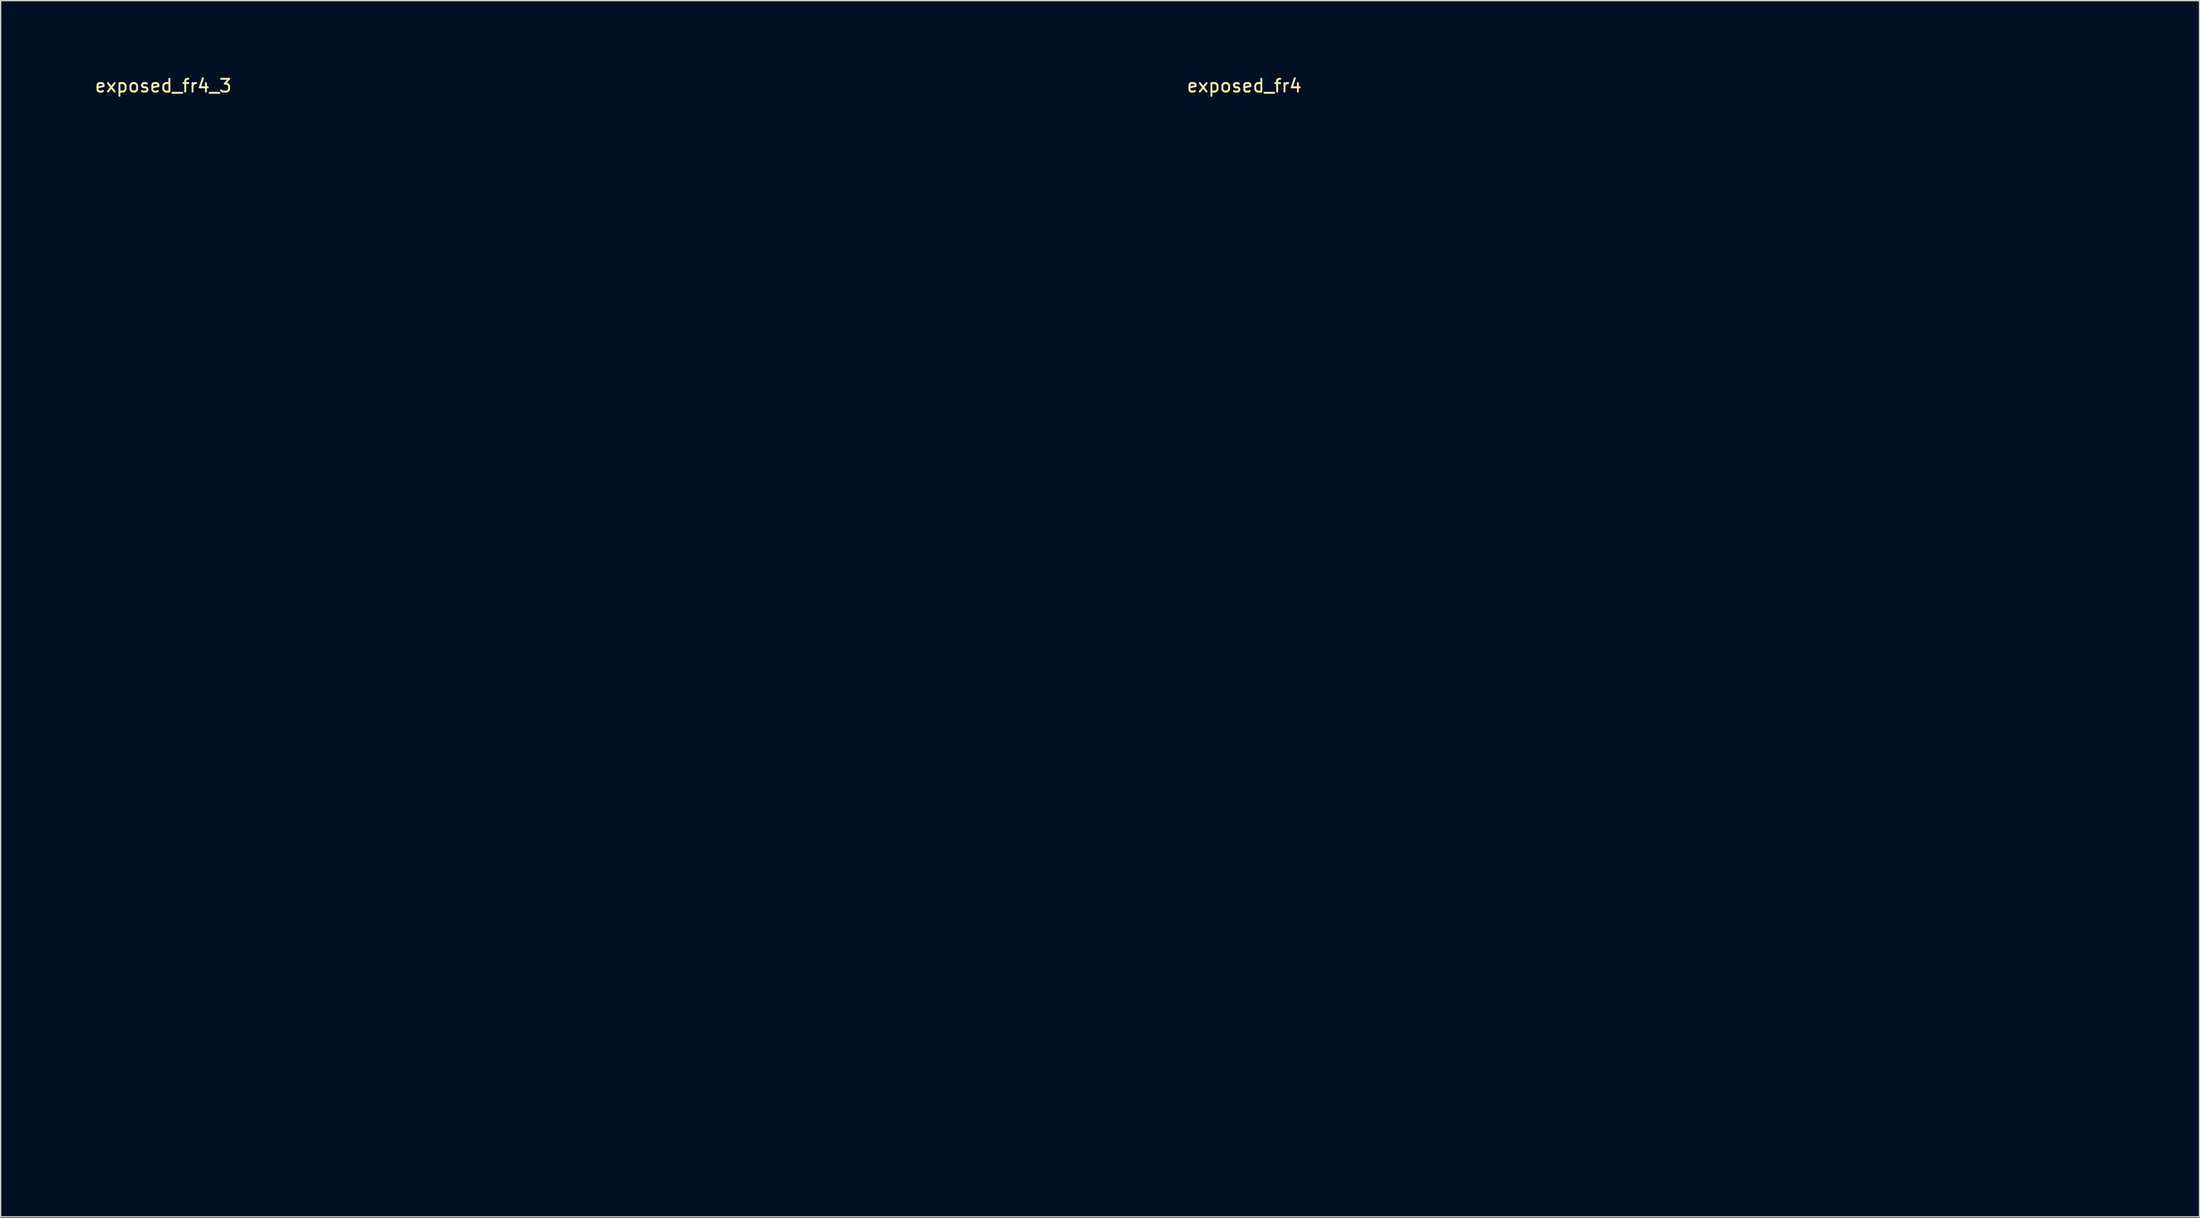
<source format=kicad_pcb>
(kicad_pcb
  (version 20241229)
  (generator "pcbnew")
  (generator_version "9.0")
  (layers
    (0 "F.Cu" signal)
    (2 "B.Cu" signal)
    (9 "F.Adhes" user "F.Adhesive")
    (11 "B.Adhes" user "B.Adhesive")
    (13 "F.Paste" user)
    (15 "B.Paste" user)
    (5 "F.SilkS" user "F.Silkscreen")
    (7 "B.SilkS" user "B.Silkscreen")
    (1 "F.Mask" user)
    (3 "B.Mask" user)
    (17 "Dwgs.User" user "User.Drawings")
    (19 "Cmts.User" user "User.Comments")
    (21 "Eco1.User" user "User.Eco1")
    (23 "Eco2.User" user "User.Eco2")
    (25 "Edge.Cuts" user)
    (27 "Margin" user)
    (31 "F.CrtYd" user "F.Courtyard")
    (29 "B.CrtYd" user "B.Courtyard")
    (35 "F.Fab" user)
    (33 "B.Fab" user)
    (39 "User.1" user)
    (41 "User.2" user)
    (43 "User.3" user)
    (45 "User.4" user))
  (footprint "exposed_fr4"
    (layer "F.Cu")
    (at 84.78 0.25)
    (property "Reference" "exposed_fr4" (at 9.47 3.41 0) (unlocked yes) (layer "F.SilkS") (effects (font (size 1 1) (thickness 0.15))))
    (attr smd)
    (fp_line (start 0 0) (end 81.05 0) (stroke (width 0.23) (type solid)) (layer "F.Mask"))
    (fp_line (start 0 88.67) (end 0 0) (stroke (width 0.23) (type solid)) (layer "F.Mask"))
    (fp_line (start 0 88.67) (end 0 88.67) (stroke (width 0.23) (type solid)) (layer "F.Mask"))
    (fp_line (start 81.05 0) (end 81.05 0) (stroke (width 0.23) (type solid)) (layer "F.Mask"))
    (fp_line (start 81.05 0) (end 81.05 88.67) (stroke (width 0.23) (type solid)) (layer "F.Mask"))
    (fp_line (start 81.05 88.67) (end 0 88.67) (stroke (width 0.23) (type solid)) (layer "F.Mask"))
    (fp_line (start 81.05 88.67) (end 81.05 88.67) (stroke (width 0.23) (type solid)) (layer "F.Mask"))
    (fp_poly (pts (xy 46.436 28.86) (xy 47.762 29.498) (xy 49.049 30.398) (xy 50.231 31.513) (xy 51.239 32.793) (xy 52.007 34.188) (xy 52.468 35.651) (xy 52.527 36.016) (xy 52.455 37.353) (xy 51.918 38.566) (xy 50.962 39.573) (xy 50.207 40.046) (xy 48.849 40.522) (xy 47.243 40.755) (xy 45.604 40.731) (xy 44.194 40.452) (xy 42.757 39.733) (xy 41.61 38.643) (xy 40.807 37.265) (xy 40.422 35.77) (xy 41.096 35.77) (xy 41.3 36.766) (xy 41.852 37.505) (xy 42.635 37.943) (xy 43.531 38.037) (xy 44.422 37.743) (xy 45.042 37.214) (xy 45.604 36.248) (xy 45.655 35.306) (xy 45.194 34.399) (xy 44.956 34.135) (xy 44.067 33.541) (xy 43.136 33.392) (xy 42.27 33.643) (xy 41.577 34.248) (xy 41.164 35.161) (xy 41.096 35.77) (xy 40.422 35.77) (xy 40.4 35.683) (xy 40.385 34.43) (xy 40.611 33.237) (xy 41.044 31.949) (xy 41.615 30.717) (xy 42.253 29.69) (xy 42.89 29.019) (xy 42.9 29.012) (xy 43.938 28.568) (xy 45.139 28.533)) (stroke (width 0) (type solid)) (fill yes) (layer "F.Mask"))
    (fp_poly (pts (xy 33.788 27.173) (xy 34.413 27.434) (xy 34.9 27.84) (xy 35.677 28.858) (xy 36.317 30.211) (xy 36.775 31.736) (xy 37.009 33.271) (xy 36.976 34.652) (xy 36.857 35.197) (xy 36.318 36.267) (xy 35.447 37.267) (xy 34.411 38.006) (xy 34.405 38.009) (xy 33.516 38.329) (xy 32.373 38.564) (xy 31.195 38.686) (xy 30.2 38.664) (xy 29.927 38.615) (xy 28.186 38.006) (xy 26.849 37.158) (xy 25.941 36.096) (xy 25.549 35.013) (xy 31.416 35.013) (xy 31.641 35.87) (xy 32.29 36.704) (xy 33.184 37.13) (xy 34.218 37.116) (xy 34.907 36.861) (xy 35.683 36.209) (xy 36.066 35.339) (xy 36.043 34.377) (xy 35.601 33.451) (xy 35.286 33.101) (xy 34.452 32.605) (xy 33.568 32.529) (xy 32.728 32.804) (xy 32.027 33.357) (xy 31.558 34.117) (xy 31.416 35.013) (xy 25.549 35.013) (xy 25.487 34.842) (xy 25.437 34.218) (xy 25.675 32.86) (xy 26.329 31.481) (xy 27.315 30.164) (xy 28.547 28.987) (xy 29.94 28.034) (xy 31.407 27.385) (xy 32.863 27.121) (xy 32.925 27.119)) (stroke (width 0) (type solid)) (fill yes) (layer "F.Mask")))
  (footprint "exposed_fr4_3"
    (layer "F.Cu")
    (at 0.25 0.25)
    (property "Reference" "exposed_fr4_3" (at 9.47 3.41 0) (unlocked yes) (layer "F.SilkS") (effects (font (size 1 1) (thickness 0.15))))
    (attr smd)
    (fp_line (start 0.115 0.115) (end 81.165 0.115) (stroke (width 0.23) (type solid)) (layer "F.Mask"))
    (fp_line (start 0.115 88.785) (end 0.115 0.115) (stroke (width 0.23) (type solid)) (layer "F.Mask"))
    (fp_line (start 0.115 88.785) (end 0.115 88.785) (stroke (width 0.23) (type solid)) (layer "F.Mask"))
    (fp_line (start 81.165 0.115) (end 81.165 0.115) (stroke (width 0.23) (type solid)) (layer "F.Mask"))
    (fp_line (start 81.165 0.115) (end 81.165 88.785) (stroke (width 0.23) (type solid)) (layer "F.Mask"))
    (fp_line (start 81.165 88.785) (end 0.115 88.785) (stroke (width 0.23) (type solid)) (layer "F.Mask"))
    (fp_line (start 81.165 88.785) (end 81.165 88.785) (stroke (width 0.23) (type solid)) (layer "F.Mask"))
    (fp_poly (pts (xy 33.015 27.788) (xy 32.936 27.79) (xy 32.858 27.794) (xy 32.78 27.799) (xy 32.702 27.806) (xy 32.625 27.814) (xy 32.547 27.823) (xy 32.47 27.834) (xy 32.394 27.846) (xy 31.913 27.96) (xy 31.442 28.104) (xy 30.981 28.278) (xy 30.531 28.478) (xy 30.094 28.705) (xy 29.669 28.957) (xy 29.259 29.232) (xy 28.863 29.528) (xy 28.482 29.846) (xy 28.118 30.182) (xy 27.771 30.536) (xy 27.442 30.907) (xy 27.132 31.293) (xy 26.842 31.692) (xy 26.572 32.104) (xy 26.324 32.526) (xy 26.17 32.815) (xy 26.035 33.116) (xy 25.92 33.427) (xy 25.825 33.746) (xy 25.752 34.071) (xy 25.701 34.399) (xy 25.674 34.729) (xy 25.671 35.059) (xy 25.694 35.387) (xy 25.743 35.71) (xy 25.819 36.026) (xy 25.868 36.181) (xy 25.923 36.334) (xy 25.986 36.484) (xy 26.057 36.632) (xy 26.135 36.776) (xy 26.22 36.916) (xy 26.314 37.053) (xy 26.415 37.186) (xy 26.524 37.315) (xy 26.642 37.44) (xy 26.811 37.599) (xy 26.985 37.75) (xy 27.35 38.031) (xy 27.734 38.281) (xy 28.135 38.502) (xy 28.551 38.694) (xy 28.98 38.857) (xy 29.421 38.992) (xy 29.87 39.1) (xy 30.325 39.18) (xy 30.786 39.233) (xy 31.248 39.26) (xy 31.712 39.261) (xy 32.173 39.237) (xy 32.631 39.187) (xy 33.083 39.113) (xy 33.527 39.014) (xy 33.859 38.912) (xy 34.182 38.786) (xy 34.497 38.638) (xy 34.802 38.469) (xy 35.094 38.279) (xy 35.373 38.07) (xy 35.638 37.843) (xy 35.886 37.598) (xy 36.116 37.338) (xy 36.328 37.062) (xy 36.519 36.772) (xy 36.687 36.47) (xy 36.763 36.314) (xy 36.833 36.155) (xy 36.896 35.993) (xy 36.953 35.829) (xy 37.004 35.663) (xy 37.048 35.494) (xy 37.084 35.323) (xy 37.114 35.15) (xy 37.153 34.833) (xy 37.175 34.517) (xy 37.18 34.2) (xy 37.17 33.885) (xy 37.145 33.57) (xy 37.106 33.257) (xy 37.053 32.945) (xy 36.989 32.635) (xy 36.913 32.327) (xy 36.826 32.021) (xy 36.73 31.718) (xy 36.625 31.418) (xy 36.511 31.121) (xy 36.39 30.828) (xy 36.131 30.252) (xy 35.868 29.71) (xy 35.731 29.439) (xy 35.659 29.305) (xy 35.584 29.174) (xy 35.505 29.046) (xy 35.421 28.921) (xy 35.332 28.801) (xy 35.238 28.685) (xy 35.136 28.575) (xy 35.028 28.472) (xy 34.911 28.375) (xy 34.786 28.286) (xy 34.688 28.219) (xy 34.588 28.157) (xy 34.485 28.101) (xy 34.38 28.05) (xy 34.273 28.004) (xy 34.165 27.962) (xy 34.054 27.926) (xy 33.942 27.894) (xy 33.829 27.866) (xy 33.715 27.843) (xy 33.599 27.824) (xy 33.483 27.809) (xy 33.367 27.798) (xy 33.249 27.791) (xy 33.132 27.788) (xy 33.015 27.788)) (stroke (width 0.101) (type solid)) (fill yes) (layer "F.Mask"))
    (fp_poly (pts (xy 44.711 29.151) (xy 44.625 29.151) (xy 44.54 29.153) (xy 44.454 29.156) (xy 44.367 29.162) (xy 44.183 29.183) (xy 44.001 29.217) (xy 43.824 29.263) (xy 43.651 29.322) (xy 43.483 29.392) (xy 43.319 29.472) (xy 43.161 29.563) (xy 43.009 29.663) (xy 42.863 29.773) (xy 42.723 29.891) (xy 42.59 30.017) (xy 42.465 30.15) (xy 42.346 30.291) (xy 42.236 30.438) (xy 42.134 30.59) (xy 42.04 30.748) (xy 41.851 31.063) (xy 41.669 31.384) (xy 41.495 31.711) (xy 41.331 32.044) (xy 41.178 32.382) (xy 41.036 32.724) (xy 40.906 33.072) (xy 40.789 33.423) (xy 40.686 33.778) (xy 40.599 34.137) (xy 40.527 34.498) (xy 40.472 34.863) (xy 40.435 35.229) (xy 40.416 35.598) (xy 40.417 35.968) (xy 40.438 36.339) (xy 40.479 36.691) (xy 40.544 37.038) (xy 40.632 37.379) (xy 40.744 37.713) (xy 40.878 38.039) (xy 41.033 38.356) (xy 41.209 38.662) (xy 41.403 38.957) (xy 41.617 39.239) (xy 41.847 39.506) (xy 42.095 39.758) (xy 42.358 39.993) (xy 42.635 40.21) (xy 42.927 40.408) (xy 43.232 40.586) (xy 43.549 40.743) (xy 43.984 40.912) (xy 44.43 41.058) (xy 44.885 41.178) (xy 45.347 41.274) (xy 45.815 41.344) (xy 46.286 41.388) (xy 46.759 41.405) (xy 47.232 41.395) (xy 47.703 41.359) (xy 48.17 41.294) (xy 48.631 41.201) (xy 49.085 41.079) (xy 49.53 40.928) (xy 49.963 40.748) (xy 50.383 40.537) (xy 50.788 40.296) (xy 50.917 40.211) (xy 51.04 40.121) (xy 51.159 40.025) (xy 51.273 39.925) (xy 51.383 39.821) (xy 51.487 39.712) (xy 51.586 39.599) (xy 51.681 39.481) (xy 51.77 39.361) (xy 51.854 39.236) (xy 51.933 39.109) (xy 52.007 38.978) (xy 52.076 38.845) (xy 52.139 38.709) (xy 52.198 38.57) (xy 52.251 38.429) (xy 52.299 38.286) (xy 52.341 38.142) (xy 52.378 37.996) (xy 52.41 37.848) (xy 52.436 37.699) (xy 52.457 37.55) (xy 52.472 37.399) (xy 52.481 37.248) (xy 52.485 37.097) (xy 52.484 36.945) (xy 52.477 36.794) (xy 52.464 36.643) (xy 52.445 36.493) (xy 52.421 36.343) (xy 52.39 36.194) (xy 52.354 36.046) (xy 52.262 35.692) (xy 52.152 35.345) (xy 52.026 35.004) (xy 51.884 34.67) (xy 51.726 34.343) (xy 51.555 34.023) (xy 51.37 33.71) (xy 51.172 33.404) (xy 50.964 33.105) (xy 50.744 32.814) (xy 50.515 32.529) (xy 50.276 32.253) (xy 50.029 31.984) (xy 49.776 31.722) (xy 49.515 31.468) (xy 49.249 31.222) (xy 49.008 31.021) (xy 48.759 30.825) (xy 48.505 30.632) (xy 48.244 30.446) (xy 47.978 30.268) (xy 47.706 30.097) (xy 47.428 29.937) (xy 47.145 29.788) (xy 46.856 29.651) (xy 46.563 29.528) (xy 46.265 29.42) (xy 45.963 29.329) (xy 45.656 29.255) (xy 45.345 29.199) (xy 45.03 29.164) (xy 44.711 29.151) (xy 44.711 29.151)) (stroke (width 0.101) (type solid)) (fill yes) (layer "F.Mask")))
  (gr_rect
    (start -3 -3)
    (end 168.945 92.15)
    (stroke (width 0.1) (type default))
    (fill no)
    (layer "Edge.Cuts")))
</source>
